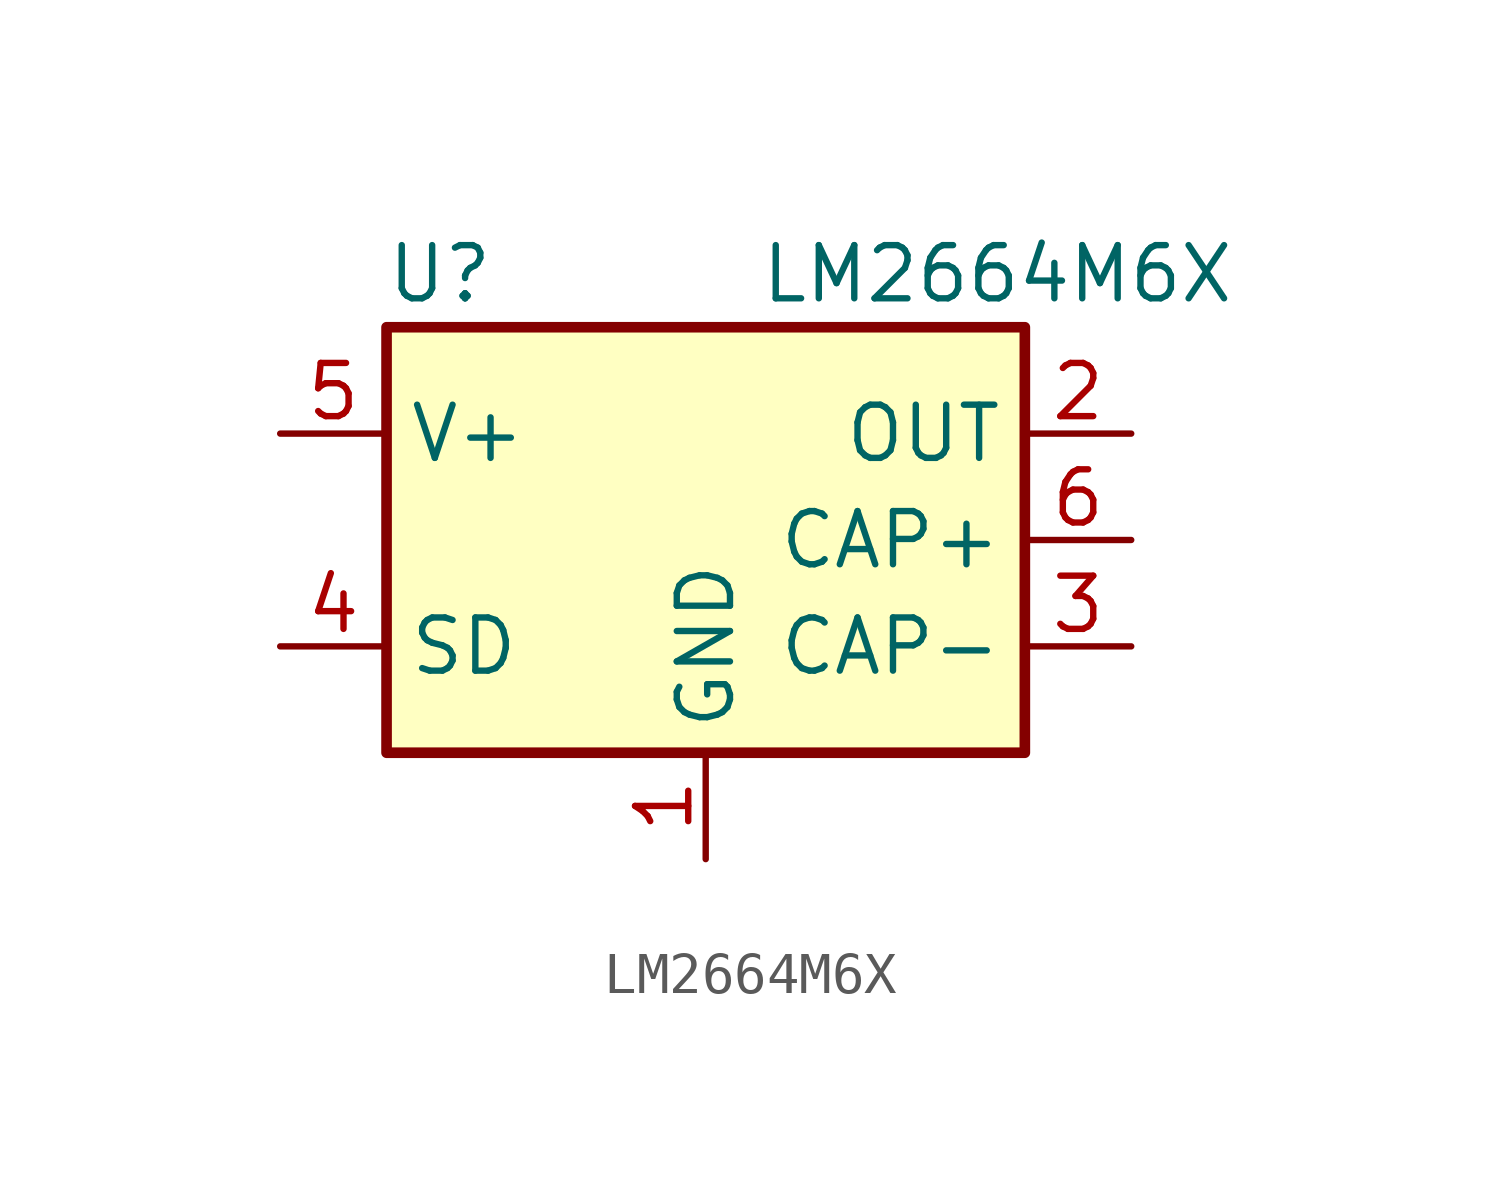
<source format=kicad_sym>
(kicad_symbol_lib
  (version 20220914)
  (generator kicad_symbol_editor)
  (symbol "LM2664M6X"
    (property "Reference" "U"
      (at -6.35 6.35 0)
      (effects (font (size 1.27 1.27))))
    (property "Value" "LM2664M6X"
      (at 1.27 6.35 0)
      (effects (font (size 1.27 1.27)) (justify left)))
    (symbol "LM2664M6X_0_1"
      (rectangle (start -7.62 5.08) (end 7.62 -5.08) (stroke (width 0.254) (type default)) (fill (type background))))
    (symbol "LM2664M6X_1_1"
      (pin power_in line (at 0 -7.62 90) (length 2.54) (name "GND" (effects (font (size 1.27 1.27)))) (number "1" (effects (font (size 1.27 1.27)))))
      (pin passive line (at 10.16 2.54 180) (length 2.54) (name "OUT" (effects (font (size 1.27 1.27)))) (number "2" (effects (font (size 1.27 1.27)))))
      (pin passive line (at 10.16 -2.54 180) (length 2.54) (name "CAP-" (effects (font (size 1.27 1.27)))) (number "3" (effects (font (size 1.27 1.27)))))
      (pin input line (at -10.16 -2.54 0) (length 2.54) (name "SD" (effects (font (size 1.27 1.27)))) (number "4" (effects (font (size 1.27 1.27)))))
      (pin passive line (at -10.16 2.54 0) (length 2.54) (name "V+" (effects (font (size 1.27 1.27)))) (number "5" (effects (font (size 1.27 1.27)))))
      (pin passive line (at 10.16 0 180) (length 2.54) (name "CAP+" (effects (font (size 1.27 1.27)))) (number "6" (effects (font (size 1.27 1.27))))))))
</source>
